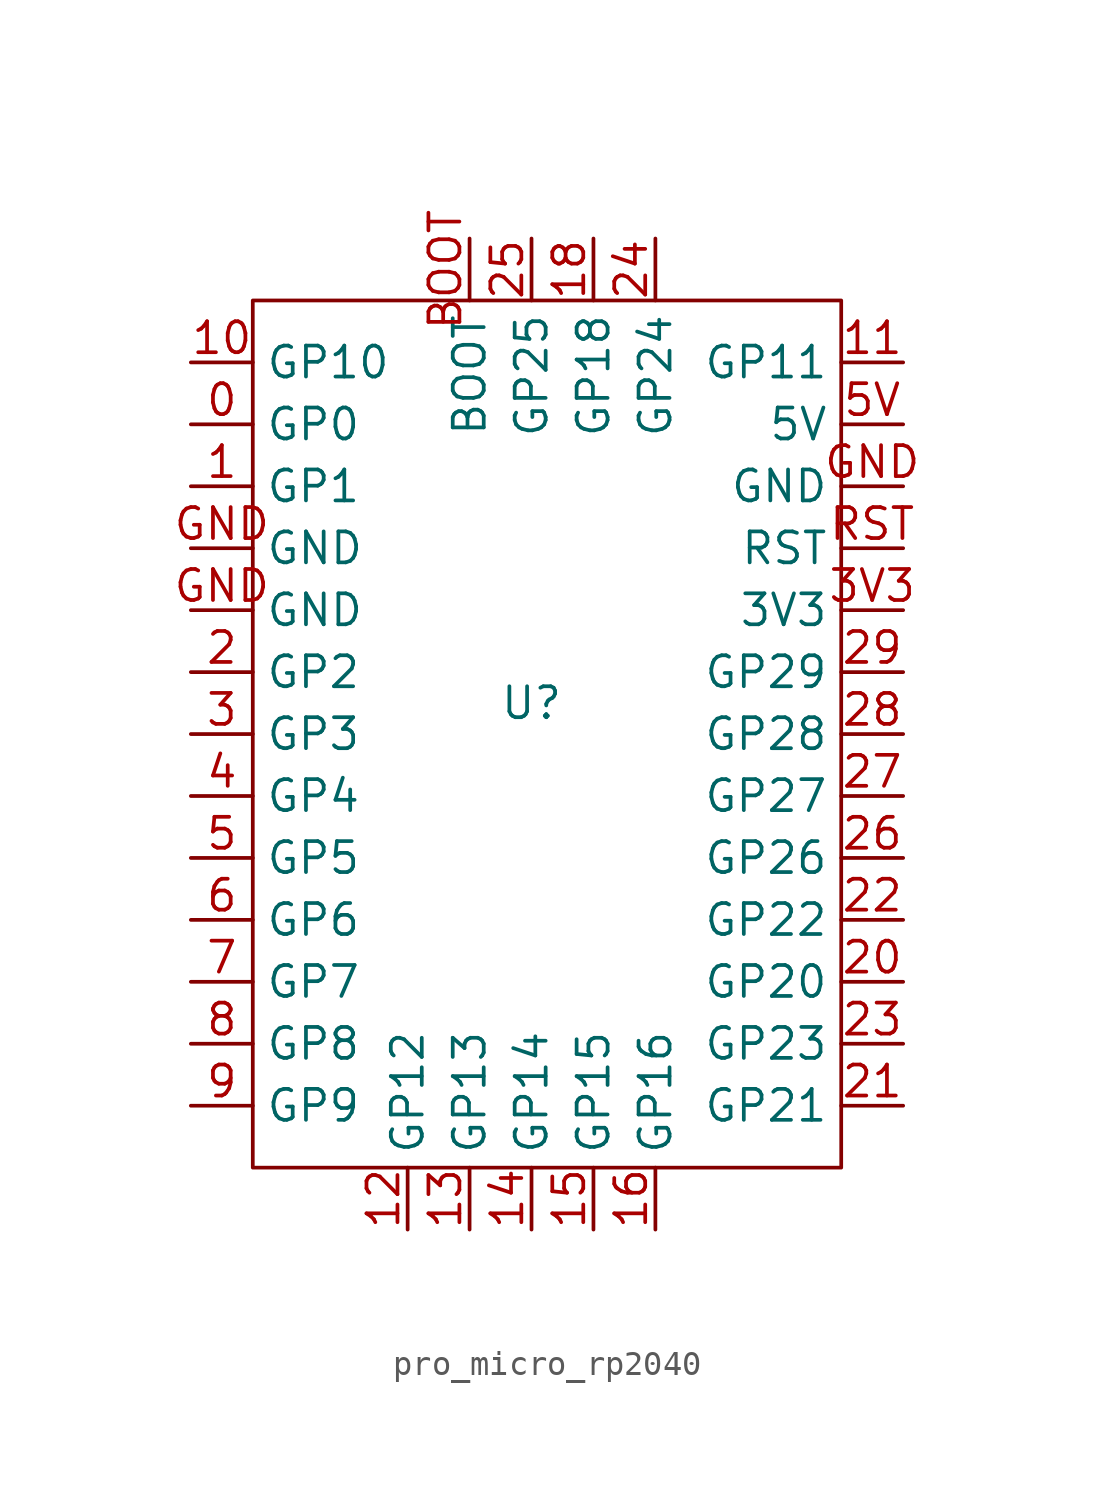
<source format=kicad_sym>
(kicad_symbol_lib
  (version 20241209)
  (generator "kicad_symbol_editor")
  (generator_version "9.0")
  (symbol "pro_micro_rp2040"
    (property "Reference" "U"
      (at 0 1.27 0)
      (effects (font (size 1.27 1.27))))
    (property "Value" ""
      (at 11.43 21.59 0)
      (effects (font (size 1.27 1.27))))
    (symbol "pro_micro_rp2040_0_1"
      (rectangle (start -11.43 17.78) (end 12.7 -17.78) (stroke (width 0) (type default)) (fill (type none))))
    (symbol "pro_micro_rp2040_1_1"
      (pin bidirectional line (at -13.97 15.24 0) (length 2.54) (name "GP10" (effects (font (size 1.27 1.27)))) (number "10" (effects (font (size 1.27 1.27)))))
      (pin bidirectional line (at -13.97 12.7 0) (length 2.54) (name "GP0" (effects (font (size 1.27 1.27)))) (number "0" (effects (font (size 1.27 1.27)))))
      (pin bidirectional line (at -13.97 10.16 0) (length 2.54) (name "GP1" (effects (font (size 1.27 1.27)))) (number "1" (effects (font (size 1.27 1.27)))))
      (pin unspecified line (at -13.97 7.62 0) (length 2.54) (name "GND" (effects (font (size 1.27 1.27)))) (number "GND" (effects (font (size 1.27 1.27)))))
      (pin unspecified line (at -13.97 5.08 0) (length 2.54) (name "GND" (effects (font (size 1.27 1.27)))) (number "GND" (effects (font (size 1.27 1.27)))))
      (pin bidirectional line (at -13.97 2.54 0) (length 2.54) (name "GP2" (effects (font (size 1.27 1.27)))) (number "2" (effects (font (size 1.27 1.27)))))
      (pin bidirectional line (at -13.97 0 0) (length 2.54) (name "GP3" (effects (font (size 1.27 1.27)))) (number "3" (effects (font (size 1.27 1.27)))))
      (pin bidirectional line (at -13.97 -2.54 0) (length 2.54) (name "GP4" (effects (font (size 1.27 1.27)))) (number "4" (effects (font (size 1.27 1.27)))))
      (pin bidirectional line (at -13.97 -5.08 0) (length 2.54) (name "GP5" (effects (font (size 1.27 1.27)))) (number "5" (effects (font (size 1.27 1.27)))))
      (pin bidirectional line (at -13.97 -7.62 0) (length 2.54) (name "GP6" (effects (font (size 1.27 1.27)))) (number "6" (effects (font (size 1.27 1.27)))))
      (pin bidirectional line (at -13.97 -10.16 0) (length 2.54) (name "GP7" (effects (font (size 1.27 1.27)))) (number "7" (effects (font (size 1.27 1.27)))))
      (pin bidirectional line (at -13.97 -12.7 0) (length 2.54) (name "GP8" (effects (font (size 1.27 1.27)))) (number "8" (effects (font (size 1.27 1.27)))))
      (pin bidirectional line (at -13.97 -15.24 0) (length 2.54) (name "GP9" (effects (font (size 1.27 1.27)))) (number "9" (effects (font (size 1.27 1.27)))))
      (pin bidirectional line (at -5.08 -20.32 90) (length 2.54) (name "GP12" (effects (font (size 1.27 1.27)))) (number "12" (effects (font (size 1.27 1.27)))))
      (pin unspecified line (at -2.54 20.32 270) (length 2.54) (name "BOOT" (effects (font (size 1.27 1.27)))) (number "BOOT" (effects (font (size 1.27 1.27)))))
      (pin bidirectional line (at -2.54 -20.32 90) (length 2.54) (name "GP13" (effects (font (size 1.27 1.27)))) (number "13" (effects (font (size 1.27 1.27)))))
      (pin unspecified line (at 0 20.32 270) (length 2.54) (name "GP25" (effects (font (size 1.27 1.27)))) (number "25" (effects (font (size 1.27 1.27)))))
      (pin bidirectional line (at 0 -20.32 90) (length 2.54) (name "GP14" (effects (font (size 1.27 1.27)))) (number "14" (effects (font (size 1.27 1.27)))))
      (pin unspecified line (at 2.54 20.32 270) (length 2.54) (name "GP18" (effects (font (size 1.27 1.27)))) (number "18" (effects (font (size 1.27 1.27)))))
      (pin bidirectional line (at 2.54 -20.32 90) (length 2.54) (name "GP15" (effects (font (size 1.27 1.27)))) (number "15" (effects (font (size 1.27 1.27)))))
      (pin unspecified line (at 5.08 20.32 270) (length 2.54) (name "GP24" (effects (font (size 1.27 1.27)))) (number "24" (effects (font (size 1.27 1.27)))))
      (pin bidirectional line (at 5.08 -20.32 90) (length 2.54) (name "GP16" (effects (font (size 1.27 1.27)))) (number "16" (effects (font (size 1.27 1.27)))))
      (pin bidirectional line (at 15.24 15.24 180) (length 2.54) (name "GP11" (effects (font (size 1.27 1.27)))) (number "11" (effects (font (size 1.27 1.27)))))
      (pin unspecified line (at 15.24 12.7 180) (length 2.54) (name "5V" (effects (font (size 1.27 1.27)))) (number "5V" (effects (font (size 1.27 1.27)))))
      (pin unspecified line (at 15.24 10.16 180) (length 2.54) (name "GND" (effects (font (size 1.27 1.27)))) (number "GND" (effects (font (size 1.27 1.27)))))
      (pin unspecified line (at 15.24 7.62 180) (length 2.54) (name "RST" (effects (font (size 1.27 1.27)))) (number "RST" (effects (font (size 1.27 1.27)))))
      (pin unspecified line (at 15.24 5.08 180) (length 2.54) (name "3V3" (effects (font (size 1.27 1.27)))) (number "3V3" (effects (font (size 1.27 1.27)))))
      (pin bidirectional line (at 15.24 2.54 180) (length 2.54) (name "GP29" (effects (font (size 1.27 1.27)))) (number "29" (effects (font (size 1.27 1.27)))))
      (pin bidirectional line (at 15.24 0 180) (length 2.54) (name "GP28" (effects (font (size 1.27 1.27)))) (number "28" (effects (font (size 1.27 1.27)))))
      (pin bidirectional line (at 15.24 -2.54 180) (length 2.54) (name "GP27" (effects (font (size 1.27 1.27)))) (number "27" (effects (font (size 1.27 1.27)))))
      (pin bidirectional line (at 15.24 -5.08 180) (length 2.54) (name "GP26" (effects (font (size 1.27 1.27)))) (number "26" (effects (font (size 1.27 1.27)))))
      (pin bidirectional line (at 15.24 -7.62 180) (length 2.54) (name "GP22" (effects (font (size 1.27 1.27)))) (number "22" (effects (font (size 1.27 1.27)))))
      (pin bidirectional line (at 15.24 -10.16 180) (length 2.54) (name "GP20" (effects (font (size 1.27 1.27)))) (number "20" (effects (font (size 1.27 1.27)))))
      (pin bidirectional line (at 15.24 -12.7 180) (length 2.54) (name "GP23" (effects (font (size 1.27 1.27)))) (number "23" (effects (font (size 1.27 1.27)))))
      (pin bidirectional line (at 15.24 -15.24 180) (length 2.54) (name "GP21" (effects (font (size 1.27 1.27)))) (number "21" (effects (font (size 1.27 1.27))))))))
</source>
